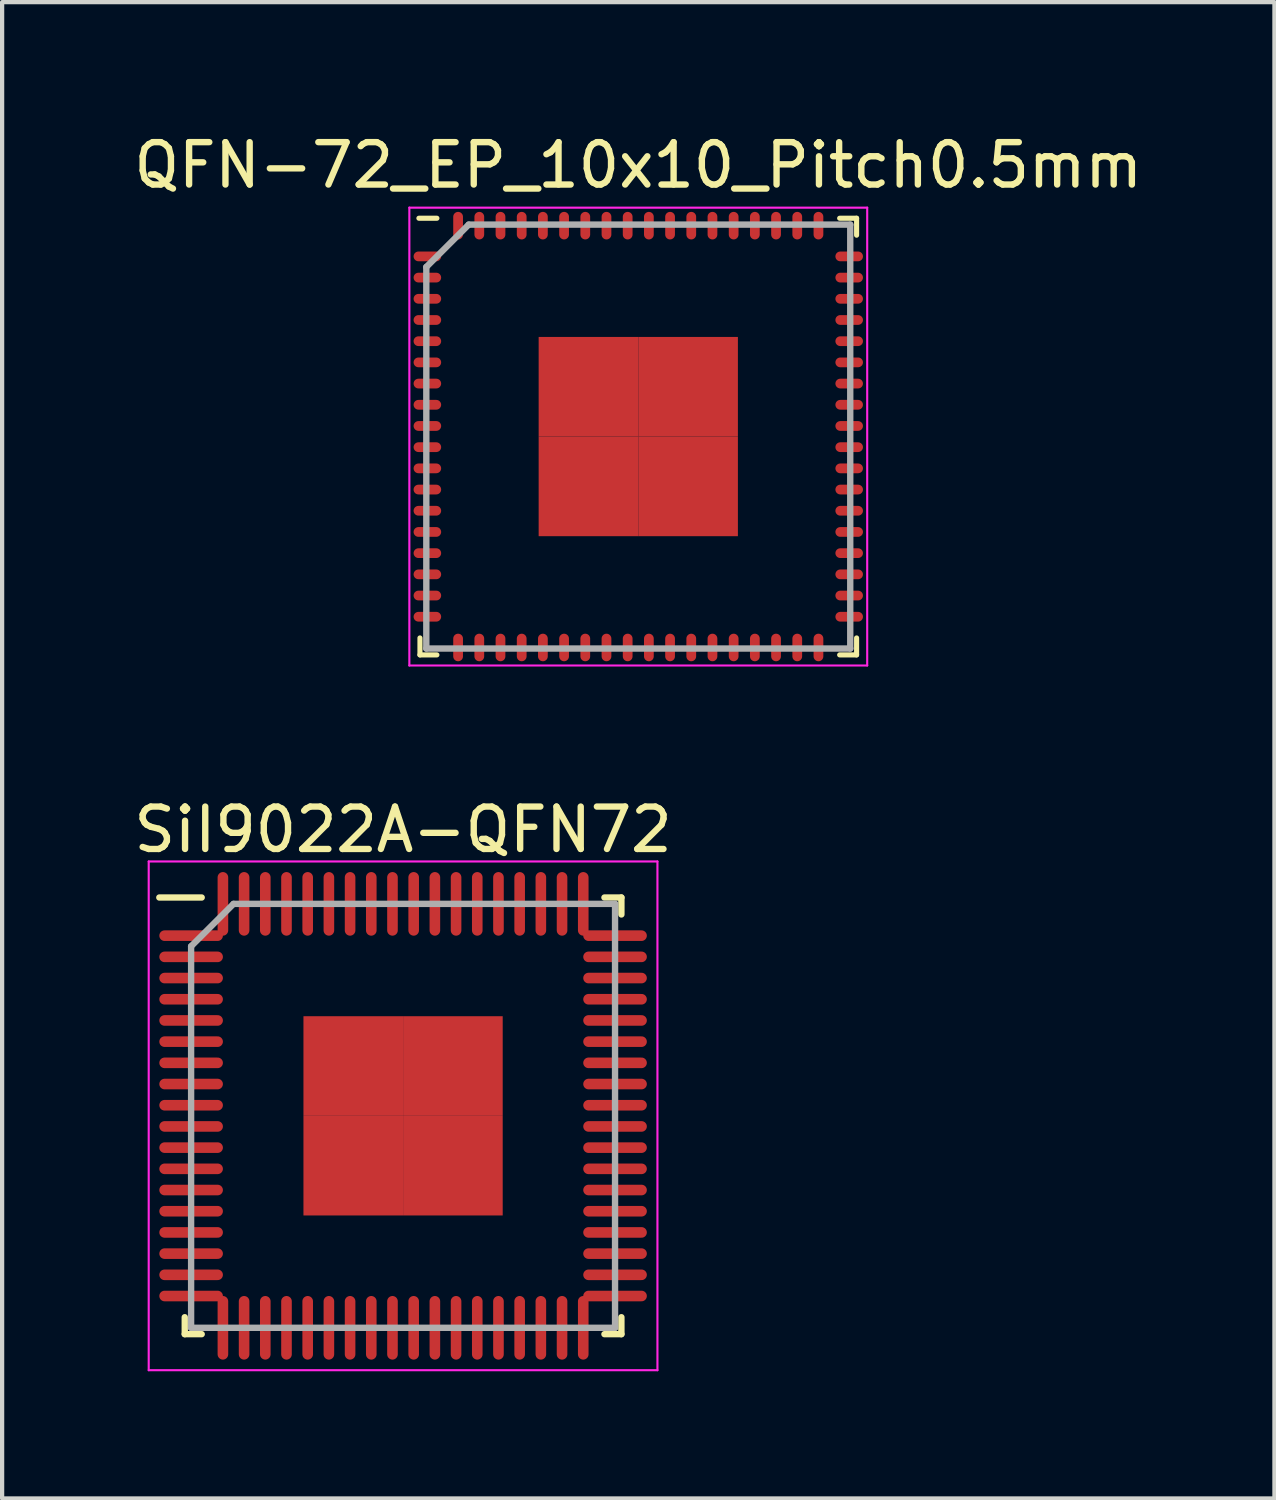
<source format=kicad_pcb>
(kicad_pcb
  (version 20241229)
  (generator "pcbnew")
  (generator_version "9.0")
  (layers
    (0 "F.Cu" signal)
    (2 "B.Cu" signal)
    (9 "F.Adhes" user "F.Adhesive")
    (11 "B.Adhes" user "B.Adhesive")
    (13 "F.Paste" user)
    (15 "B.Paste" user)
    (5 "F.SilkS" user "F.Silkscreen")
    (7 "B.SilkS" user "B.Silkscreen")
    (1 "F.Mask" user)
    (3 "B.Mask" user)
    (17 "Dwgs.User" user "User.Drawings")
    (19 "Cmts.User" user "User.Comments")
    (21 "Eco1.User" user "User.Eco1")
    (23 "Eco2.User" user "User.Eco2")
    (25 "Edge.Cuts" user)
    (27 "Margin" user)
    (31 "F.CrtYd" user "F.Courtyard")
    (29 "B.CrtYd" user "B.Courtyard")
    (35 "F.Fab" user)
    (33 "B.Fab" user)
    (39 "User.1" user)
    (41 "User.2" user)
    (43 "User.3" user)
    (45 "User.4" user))
  (footprint "QFN-72_EP_10x10_Pitch0.5mm"
    (layer "F.Cu")
    (at 12.006 7.248)
    (property "Reference" "QFN-72_EP_10x10_Pitch0.5mm" (at 0 -6.4 0) (layer "F.SilkS") (effects (font (size 1 1) (thickness 0.15))))
    (attr smd)
    (fp_line (start -5.15 5.15) (end -5.15 4.75) (stroke (width 0.12) (type solid)) (layer "F.SilkS"))
    (fp_line (start -4.75 -5.15) (end -5.175 -5.15) (stroke (width 0.12) (type solid)) (layer "F.SilkS"))
    (fp_line (start -4.75 5.15) (end -5.15 5.15) (stroke (width 0.12) (type solid)) (layer "F.SilkS"))
    (fp_line (start 4.75 -5.15) (end 5.15 -5.15) (stroke (width 0.12) (type solid)) (layer "F.SilkS"))
    (fp_line (start 4.75 5.15) (end 5.15 5.15) (stroke (width 0.12) (type solid)) (layer "F.SilkS"))
    (fp_line (start 5.15 -5.15) (end 5.15 -4.75) (stroke (width 0.12) (type solid)) (layer "F.SilkS"))
    (fp_line (start 5.15 5.15) (end 5.15 4.75) (stroke (width 0.12) (type solid)) (layer "F.SilkS"))
    (fp_line (start -5.4 -5.4) (end 5.4 -5.4) (stroke (width 0.05) (type solid)) (layer "F.CrtYd"))
    (fp_line (start -5.4 5.4) (end -5.4 -5.4) (stroke (width 0.05) (type solid)) (layer "F.CrtYd"))
    (fp_line (start 5.4 -5.4) (end 5.4 5.4) (stroke (width 0.05) (type solid)) (layer "F.CrtYd"))
    (fp_line (start 5.4 5.4) (end -5.4 5.4) (stroke (width 0.05) (type solid)) (layer "F.CrtYd"))
    (fp_line (start -5 -4) (end -5 5) (stroke (width 0.15) (type solid)) (layer "F.Fab"))
    (fp_line (start -5 5) (end 5 5) (stroke (width 0.15) (type solid)) (layer "F.Fab"))
    (fp_line (start -4 -5) (end -5 -4) (stroke (width 0.15) (type solid)) (layer "F.Fab"))
    (fp_line (start 5 -5) (end -4 -5) (stroke (width 0.15) (type solid)) (layer "F.Fab"))
    (fp_line (start 5 5) (end 5 -5) (stroke (width 0.15) (type solid)) (layer "F.Fab"))
    (pad "1" smd oval (at -4.975 -4.25 90) (size 0.23 0.65) (layers "F.Cu" "F.Mask" "F.Paste"))
    (pad "2" smd oval (at -4.975 -3.75 90) (size 0.23 0.65) (layers "F.Cu" "F.Mask" "F.Paste"))
    (pad "3" smd oval (at -4.975 -3.25 90) (size 0.23 0.65) (layers "F.Cu" "F.Mask" "F.Paste"))
    (pad "4" smd oval (at -4.975 -2.75 90) (size 0.23 0.65) (layers "F.Cu" "F.Mask" "F.Paste"))
    (pad "5" smd oval (at -4.975 -2.25 90) (size 0.23 0.65) (layers "F.Cu" "F.Mask" "F.Paste"))
    (pad "6" smd oval (at -4.975 -1.75 90) (size 0.23 0.65) (layers "F.Cu" "F.Mask" "F.Paste"))
    (pad "7" smd oval (at -4.975 -1.25 90) (size 0.23 0.65) (layers "F.Cu" "F.Mask" "F.Paste"))
    (pad "8" smd oval (at -4.975 -0.75 90) (size 0.23 0.65) (layers "F.Cu" "F.Mask" "F.Paste"))
    (pad "9" smd oval (at -4.975 -0.25 90) (size 0.23 0.65) (layers "F.Cu" "F.Mask" "F.Paste"))
    (pad "10" smd oval (at -4.975 0.25 90) (size 0.23 0.65) (layers "F.Cu" "F.Mask" "F.Paste"))
    (pad "11" smd oval (at -4.975 0.75 90) (size 0.23 0.65) (layers "F.Cu" "F.Mask" "F.Paste"))
    (pad "12" smd oval (at -4.975 1.25 90) (size 0.23 0.65) (layers "F.Cu" "F.Mask" "F.Paste"))
    (pad "13" smd oval (at -4.975 1.75 90) (size 0.23 0.65) (layers "F.Cu" "F.Mask" "F.Paste"))
    (pad "14" smd oval (at -4.975 2.25 90) (size 0.23 0.65) (layers "F.Cu" "F.Mask" "F.Paste"))
    (pad "15" smd oval (at -4.975 2.75 90) (size 0.23 0.65) (layers "F.Cu" "F.Mask" "F.Paste"))
    (pad "16" smd oval (at -4.975 3.25 90) (size 0.23 0.65) (layers "F.Cu" "F.Mask" "F.Paste"))
    (pad "17" smd oval (at -4.975 3.75 90) (size 0.23 0.65) (layers "F.Cu" "F.Mask" "F.Paste"))
    (pad "18" smd oval (at -4.975 4.25 90) (size 0.23 0.65) (layers "F.Cu" "F.Mask" "F.Paste"))
    (pad "19" smd oval (at -4.25 4.975) (size 0.23 0.65) (layers "F.Cu" "F.Mask" "F.Paste"))
    (pad "20" smd oval (at -3.75 4.975) (size 0.23 0.65) (layers "F.Cu" "F.Mask" "F.Paste"))
    (pad "21" smd oval (at -3.25 4.975) (size 0.23 0.65) (layers "F.Cu" "F.Mask" "F.Paste"))
    (pad "22" smd oval (at -2.75 4.975) (size 0.23 0.65) (layers "F.Cu" "F.Mask" "F.Paste"))
    (pad "23" smd oval (at -2.25 4.975) (size 0.23 0.65) (layers "F.Cu" "F.Mask" "F.Paste"))
    (pad "24" smd oval (at -1.75 4.975) (size 0.23 0.65) (layers "F.Cu" "F.Mask" "F.Paste"))
    (pad "25" smd oval (at -1.25 4.975) (size 0.23 0.65) (layers "F.Cu" "F.Mask" "F.Paste"))
    (pad "26" smd oval (at -0.75 4.975) (size 0.23 0.65) (layers "F.Cu" "F.Mask" "F.Paste"))
    (pad "27" smd oval (at -0.25 4.975) (size 0.23 0.65) (layers "F.Cu" "F.Mask" "F.Paste"))
    (pad "28" smd oval (at 0.25 4.975) (size 0.23 0.65) (layers "F.Cu" "F.Mask" "F.Paste"))
    (pad "29" smd oval (at 0.75 4.975) (size 0.23 0.65) (layers "F.Cu" "F.Mask" "F.Paste"))
    (pad "30" smd oval (at 1.25 4.975) (size 0.23 0.65) (layers "F.Cu" "F.Mask" "F.Paste"))
    (pad "31" smd oval (at 1.75 4.975) (size 0.23 0.65) (layers "F.Cu" "F.Mask" "F.Paste"))
    (pad "32" smd oval (at 2.25 4.975) (size 0.23 0.65) (layers "F.Cu" "F.Mask" "F.Paste"))
    (pad "33" smd oval (at 2.75 4.975) (size 0.23 0.65) (layers "F.Cu" "F.Mask" "F.Paste"))
    (pad "34" smd oval (at 3.25 4.975) (size 0.23 0.65) (layers "F.Cu" "F.Mask" "F.Paste"))
    (pad "35" smd oval (at 3.75 4.975) (size 0.23 0.65) (layers "F.Cu" "F.Mask" "F.Paste"))
    (pad "36" smd oval (at 4.25 4.975) (size 0.23 0.65) (layers "F.Cu" "F.Mask" "F.Paste"))
    (pad "37" smd oval (at 4.975 4.25 90) (size 0.23 0.65) (layers "F.Cu" "F.Mask" "F.Paste"))
    (pad "38" smd oval (at 4.975 3.75 90) (size 0.23 0.65) (layers "F.Cu" "F.Mask" "F.Paste"))
    (pad "39" smd oval (at 4.975 3.25 90) (size 0.23 0.65) (layers "F.Cu" "F.Mask" "F.Paste"))
    (pad "40" smd oval (at 4.975 2.75 90) (size 0.23 0.65) (layers "F.Cu" "F.Mask" "F.Paste"))
    (pad "41" smd oval (at 4.975 2.25 90) (size 0.23 0.65) (layers "F.Cu" "F.Mask" "F.Paste"))
    (pad "42" smd oval (at 4.975 1.75 90) (size 0.23 0.65) (layers "F.Cu" "F.Mask" "F.Paste"))
    (pad "43" smd oval (at 4.975 1.25 90) (size 0.23 0.65) (layers "F.Cu" "F.Mask" "F.Paste"))
    (pad "44" smd oval (at 4.975 0.75 90) (size 0.23 0.65) (layers "F.Cu" "F.Mask" "F.Paste"))
    (pad "45" smd oval (at 4.975 0.25 90) (size 0.23 0.65) (layers "F.Cu" "F.Mask" "F.Paste"))
    (pad "46" smd oval (at 4.975 -0.25 90) (size 0.23 0.65) (layers "F.Cu" "F.Mask" "F.Paste"))
    (pad "47" smd oval (at 4.975 -0.75 90) (size 0.23 0.65) (layers "F.Cu" "F.Mask" "F.Paste"))
    (pad "48" smd oval (at 4.975 -1.25 90) (size 0.23 0.65) (layers "F.Cu" "F.Mask" "F.Paste"))
    (pad "49" smd oval (at 4.975 -1.75 90) (size 0.23 0.65) (layers "F.Cu" "F.Mask" "F.Paste"))
    (pad "50" smd oval (at 4.975 -2.25 90) (size 0.23 0.65) (layers "F.Cu" "F.Mask" "F.Paste"))
    (pad "51" smd oval (at 4.975 -2.75 90) (size 0.23 0.65) (layers "F.Cu" "F.Mask" "F.Paste"))
    (pad "52" smd oval (at 4.975 -3.25 90) (size 0.23 0.65) (layers "F.Cu" "F.Mask" "F.Paste"))
    (pad "53" smd oval (at 4.975 -3.75 90) (size 0.23 0.65) (layers "F.Cu" "F.Mask" "F.Paste"))
    (pad "54" smd oval (at 4.975 -4.25 90) (size 0.23 0.65) (layers "F.Cu" "F.Mask" "F.Paste"))
    (pad "55" smd oval (at 4.25 -4.975) (size 0.23 0.65) (layers "F.Cu" "F.Mask" "F.Paste"))
    (pad "56" smd oval (at 3.75 -4.975) (size 0.23 0.65) (layers "F.Cu" "F.Mask" "F.Paste"))
    (pad "57" smd oval (at 3.25 -4.975) (size 0.23 0.65) (layers "F.Cu" "F.Mask" "F.Paste"))
    (pad "58" smd oval (at 2.75 -4.975) (size 0.23 0.65) (layers "F.Cu" "F.Mask" "F.Paste"))
    (pad "59" smd oval (at 2.25 -4.975) (size 0.23 0.65) (layers "F.Cu" "F.Mask" "F.Paste"))
    (pad "60" smd oval (at 1.75 -4.975) (size 0.23 0.65) (layers "F.Cu" "F.Mask" "F.Paste"))
    (pad "61" smd oval (at 1.25 -4.975) (size 0.23 0.65) (layers "F.Cu" "F.Mask" "F.Paste"))
    (pad "62" smd oval (at 0.75 -4.975) (size 0.23 0.65) (layers "F.Cu" "F.Mask" "F.Paste"))
    (pad "63" smd oval (at 0.25 -4.975) (size 0.23 0.65) (layers "F.Cu" "F.Mask" "F.Paste"))
    (pad "64" smd oval (at -0.25 -4.975) (size 0.23 0.65) (layers "F.Cu" "F.Mask" "F.Paste"))
    (pad "65" smd oval (at -0.75 -4.975) (size 0.23 0.65) (layers "F.Cu" "F.Mask" "F.Paste"))
    (pad "66" smd oval (at -1.25 -4.975) (size 0.23 0.65) (layers "F.Cu" "F.Mask" "F.Paste"))
    (pad "67" smd oval (at -1.75 -4.975) (size 0.23 0.65) (layers "F.Cu" "F.Mask" "F.Paste"))
    (pad "68" smd oval (at -2.25 -4.975) (size 0.23 0.65) (layers "F.Cu" "F.Mask" "F.Paste"))
    (pad "69" smd oval (at -2.75 -4.975) (size 0.23 0.65) (layers "F.Cu" "F.Mask" "F.Paste"))
    (pad "70" smd oval (at -3.25 -4.975) (size 0.23 0.65) (layers "F.Cu" "F.Mask" "F.Paste"))
    (pad "71" smd oval (at -3.75 -4.975) (size 0.23 0.65) (layers "F.Cu" "F.Mask" "F.Paste"))
    (pad "72" smd oval (at -4.25 -4.975) (size 0.23 0.65) (layers "F.Cu" "F.Mask" "F.Paste"))
    (pad "73" smd rect (at -1.175 -1.175) (size 2.35 2.35) (layers "F.Cu" "F.Mask" "F.Paste"))
    (pad "73" smd rect (at -1.175 1.175) (size 2.35 2.35) (layers "F.Cu" "F.Mask" "F.Paste"))
    (pad "73" smd rect (at 1.175 -1.175) (size 2.35 2.35) (layers "F.Cu" "F.Mask" "F.Paste"))
    (pad "73" smd rect (at 1.175 1.175) (size 2.35 2.35) (layers "F.Cu" "F.Mask" "F.Paste")))
  (footprint "SiI9022A-QFN72"
    (layer "F.Cu")
    (at 6.458 23.271)
    (property "Reference" "SiI9022A-QFN72" (at 0 -6.75 0) (layer "F.SilkS") (effects (font (size 1 1) (thickness 0.15))))
    (attr smd)
    (fp_line (start -5.15 5.15) (end -5.15 4.75) (stroke (width 0.15) (type solid)) (layer "F.SilkS"))
    (fp_line (start -4.75 -5.15) (end -5.75 -5.15) (stroke (width 0.15) (type solid)) (layer "F.SilkS"))
    (fp_line (start -4.75 5.15) (end -5.15 5.15) (stroke (width 0.15) (type solid)) (layer "F.SilkS"))
    (fp_line (start 4.75 -5.15) (end 5.15 -5.15) (stroke (width 0.15) (type solid)) (layer "F.SilkS"))
    (fp_line (start 4.75 5.15) (end 5.15 5.15) (stroke (width 0.15) (type solid)) (layer "F.SilkS"))
    (fp_line (start 5.15 -5.15) (end 5.15 -4.75) (stroke (width 0.15) (type solid)) (layer "F.SilkS"))
    (fp_line (start 5.15 5.15) (end 5.15 4.75) (stroke (width 0.15) (type solid)) (layer "F.SilkS"))
    (fp_line (start -6 -6) (end 6 -6) (stroke (width 0.05) (type solid)) (layer "F.CrtYd"))
    (fp_line (start -6 6) (end -6 -6) (stroke (width 0.05) (type solid)) (layer "F.CrtYd"))
    (fp_line (start 6 -6) (end 6 6) (stroke (width 0.05) (type solid)) (layer "F.CrtYd"))
    (fp_line (start 6 6) (end -6 6) (stroke (width 0.05) (type solid)) (layer "F.CrtYd"))
    (fp_line (start -5 -4) (end -5 5) (stroke (width 0.15) (type solid)) (layer "F.Fab"))
    (fp_line (start -5 5) (end 5 5) (stroke (width 0.15) (type solid)) (layer "F.Fab"))
    (fp_line (start -4 -5) (end -5 -4) (stroke (width 0.15) (type solid)) (layer "F.Fab"))
    (fp_line (start 5 -5) (end -4 -5) (stroke (width 0.15) (type solid)) (layer "F.Fab"))
    (fp_line (start 5 5) (end 5 -5) (stroke (width 0.15) (type solid)) (layer "F.Fab"))
    (pad "1" smd oval (at -5 -4.25 90) (size 0.25 1.5) (layers "F.Cu" "F.Mask" "F.Paste"))
    (pad "2" smd oval (at -5 -3.75 90) (size 0.25 1.5) (layers "F.Cu" "F.Mask" "F.Paste"))
    (pad "3" smd oval (at -5 -3.25 90) (size 0.25 1.5) (layers "F.Cu" "F.Mask" "F.Paste"))
    (pad "4" smd oval (at -5 -2.75 90) (size 0.25 1.5) (layers "F.Cu" "F.Mask" "F.Paste"))
    (pad "5" smd oval (at -5 -2.25 90) (size 0.25 1.5) (layers "F.Cu" "F.Mask" "F.Paste"))
    (pad "6" smd oval (at -5 -1.75 90) (size 0.25 1.5) (layers "F.Cu" "F.Mask" "F.Paste"))
    (pad "7" smd oval (at -5 -1.25 90) (size 0.25 1.5) (layers "F.Cu" "F.Mask" "F.Paste"))
    (pad "8" smd oval (at -5 -0.75 90) (size 0.25 1.5) (layers "F.Cu" "F.Mask" "F.Paste"))
    (pad "9" smd oval (at -5 -0.25 90) (size 0.25 1.5) (layers "F.Cu" "F.Mask" "F.Paste"))
    (pad "10" smd oval (at -5 0.25 90) (size 0.25 1.5) (layers "F.Cu" "F.Mask" "F.Paste"))
    (pad "11" smd oval (at -5 0.75 90) (size 0.25 1.5) (layers "F.Cu" "F.Mask" "F.Paste"))
    (pad "12" smd oval (at -5 1.25 90) (size 0.25 1.5) (layers "F.Cu" "F.Mask" "F.Paste"))
    (pad "13" smd oval (at -5 1.75 90) (size 0.25 1.5) (layers "F.Cu" "F.Mask" "F.Paste"))
    (pad "14" smd oval (at -5 2.25 90) (size 0.25 1.5) (layers "F.Cu" "F.Mask" "F.Paste"))
    (pad "15" smd oval (at -5 2.75 90) (size 0.25 1.5) (layers "F.Cu" "F.Mask" "F.Paste"))
    (pad "16" smd oval (at -5 3.25 90) (size 0.25 1.5) (layers "F.Cu" "F.Mask" "F.Paste"))
    (pad "17" smd oval (at -5 3.75 90) (size 0.25 1.5) (layers "F.Cu" "F.Mask" "F.Paste"))
    (pad "18" smd oval (at -5 4.25 90) (size 0.25 1.5) (layers "F.Cu" "F.Mask" "F.Paste"))
    (pad "19" smd oval (at -4.25 5) (size 0.25 1.5) (layers "F.Cu" "F.Mask" "F.Paste"))
    (pad "20" smd oval (at -3.75 5) (size 0.25 1.5) (layers "F.Cu" "F.Mask" "F.Paste"))
    (pad "21" smd oval (at -3.25 5) (size 0.25 1.5) (layers "F.Cu" "F.Mask" "F.Paste"))
    (pad "22" smd oval (at -2.75 5) (size 0.25 1.5) (layers "F.Cu" "F.Mask" "F.Paste"))
    (pad "23" smd oval (at -2.25 5) (size 0.25 1.5) (layers "F.Cu" "F.Mask" "F.Paste"))
    (pad "24" smd oval (at -1.75 5) (size 0.25 1.5) (layers "F.Cu" "F.Mask" "F.Paste"))
    (pad "25" smd oval (at -1.25 5) (size 0.25 1.5) (layers "F.Cu" "F.Mask" "F.Paste"))
    (pad "26" smd oval (at -0.75 5) (size 0.25 1.5) (layers "F.Cu" "F.Mask" "F.Paste"))
    (pad "27" smd oval (at -0.25 5) (size 0.25 1.5) (layers "F.Cu" "F.Mask" "F.Paste"))
    (pad "28" smd oval (at 0.25 5) (size 0.25 1.5) (layers "F.Cu" "F.Mask" "F.Paste"))
    (pad "29" smd oval (at 0.75 5) (size 0.25 1.5) (layers "F.Cu" "F.Mask" "F.Paste"))
    (pad "30" smd oval (at 1.25 5) (size 0.25 1.5) (layers "F.Cu" "F.Mask" "F.Paste"))
    (pad "31" smd oval (at 1.75 5) (size 0.25 1.5) (layers "F.Cu" "F.Mask" "F.Paste"))
    (pad "32" smd oval (at 2.25 5) (size 0.25 1.5) (layers "F.Cu" "F.Mask" "F.Paste"))
    (pad "33" smd oval (at 2.75 5) (size 0.25 1.5) (layers "F.Cu" "F.Mask" "F.Paste"))
    (pad "34" smd oval (at 3.25 5) (size 0.25 1.5) (layers "F.Cu" "F.Mask" "F.Paste"))
    (pad "35" smd oval (at 3.75 5) (size 0.25 1.5) (layers "F.Cu" "F.Mask" "F.Paste"))
    (pad "36" smd oval (at 4.25 5) (size 0.25 1.5) (layers "F.Cu" "F.Mask" "F.Paste"))
    (pad "37" smd oval (at 5 4.25 90) (size 0.25 1.5) (layers "F.Cu" "F.Mask" "F.Paste"))
    (pad "38" smd oval (at 5 3.75 90) (size 0.25 1.5) (layers "F.Cu" "F.Mask" "F.Paste"))
    (pad "39" smd oval (at 5 3.25 90) (size 0.25 1.5) (layers "F.Cu" "F.Mask" "F.Paste"))
    (pad "40" smd oval (at 5 2.75 90) (size 0.25 1.5) (layers "F.Cu" "F.Mask" "F.Paste"))
    (pad "41" smd oval (at 5 2.25 90) (size 0.25 1.5) (layers "F.Cu" "F.Mask" "F.Paste"))
    (pad "42" smd oval (at 5 1.75 90) (size 0.25 1.5) (layers "F.Cu" "F.Mask" "F.Paste"))
    (pad "43" smd oval (at 5 1.25 90) (size 0.25 1.5) (layers "F.Cu" "F.Mask" "F.Paste"))
    (pad "44" smd oval (at 5 0.75 90) (size 0.25 1.5) (layers "F.Cu" "F.Mask" "F.Paste"))
    (pad "45" smd oval (at 5 0.25 90) (size 0.25 1.5) (layers "F.Cu" "F.Mask" "F.Paste"))
    (pad "46" smd oval (at 5 -0.25 90) (size 0.25 1.5) (layers "F.Cu" "F.Mask" "F.Paste"))
    (pad "47" smd oval (at 5 -0.75 90) (size 0.25 1.5) (layers "F.Cu" "F.Mask" "F.Paste"))
    (pad "48" smd oval (at 5 -1.25 90) (size 0.25 1.5) (layers "F.Cu" "F.Mask" "F.Paste"))
    (pad "49" smd oval (at 5 -1.75 90) (size 0.25 1.5) (layers "F.Cu" "F.Mask" "F.Paste"))
    (pad "50" smd oval (at 5 -2.25 90) (size 0.25 1.5) (layers "F.Cu" "F.Mask" "F.Paste"))
    (pad "51" smd oval (at 5 -2.75 90) (size 0.25 1.5) (layers "F.Cu" "F.Mask" "F.Paste"))
    (pad "52" smd oval (at 5 -3.25 90) (size 0.25 1.5) (layers "F.Cu" "F.Mask" "F.Paste"))
    (pad "53" smd oval (at 5 -3.75 90) (size 0.25 1.5) (layers "F.Cu" "F.Mask" "F.Paste"))
    (pad "54" smd oval (at 5 -4.25 90) (size 0.25 1.5) (layers "F.Cu" "F.Mask" "F.Paste"))
    (pad "55" smd oval (at 4.25 -5) (size 0.25 1.5) (layers "F.Cu" "F.Mask" "F.Paste"))
    (pad "56" smd oval (at 3.75 -5) (size 0.25 1.5) (layers "F.Cu" "F.Mask" "F.Paste"))
    (pad "57" smd oval (at 3.25 -5) (size 0.25 1.5) (layers "F.Cu" "F.Mask" "F.Paste"))
    (pad "58" smd oval (at 2.75 -5) (size 0.25 1.5) (layers "F.Cu" "F.Mask" "F.Paste"))
    (pad "59" smd oval (at 2.25 -5) (size 0.25 1.5) (layers "F.Cu" "F.Mask" "F.Paste"))
    (pad "60" smd oval (at 1.75 -5) (size 0.25 1.5) (layers "F.Cu" "F.Mask" "F.Paste"))
    (pad "61" smd oval (at 1.25 -5) (size 0.25 1.5) (layers "F.Cu" "F.Mask" "F.Paste"))
    (pad "62" smd oval (at 0.75 -5) (size 0.25 1.5) (layers "F.Cu" "F.Mask" "F.Paste"))
    (pad "63" smd oval (at 0.25 -5) (size 0.25 1.5) (layers "F.Cu" "F.Mask" "F.Paste"))
    (pad "64" smd oval (at -0.25 -5) (size 0.25 1.5) (layers "F.Cu" "F.Mask" "F.Paste"))
    (pad "65" smd oval (at -0.75 -5) (size 0.25 1.5) (layers "F.Cu" "F.Mask" "F.Paste"))
    (pad "66" smd oval (at -1.25 -5) (size 0.25 1.5) (layers "F.Cu" "F.Mask" "F.Paste"))
    (pad "67" smd oval (at -1.75 -5) (size 0.25 1.5) (layers "F.Cu" "F.Mask" "F.Paste"))
    (pad "68" smd oval (at -2.25 -5) (size 0.25 1.5) (layers "F.Cu" "F.Mask" "F.Paste"))
    (pad "69" smd oval (at -2.75 -5) (size 0.25 1.5) (layers "F.Cu" "F.Mask" "F.Paste"))
    (pad "70" smd oval (at -3.25 -5) (size 0.25 1.5) (layers "F.Cu" "F.Mask" "F.Paste"))
    (pad "71" smd oval (at -3.75 -5) (size 0.25 1.5) (layers "F.Cu" "F.Mask" "F.Paste"))
    (pad "72" smd oval (at -4.25 -5) (size 0.25 1.5) (layers "F.Cu" "F.Mask" "F.Paste"))
    (pad "73" smd rect (at -1.175 -1.175) (size 2.35 2.35) (layers "F.Cu" "F.Mask" "F.Paste"))
    (pad "73" smd rect (at -1.175 1.175) (size 2.35 2.35) (layers "F.Cu" "F.Mask" "F.Paste"))
    (pad "73" smd rect (at 1.175 -1.175) (size 2.35 2.35) (layers "F.Cu" "F.Mask" "F.Paste"))
    (pad "73" smd rect (at 1.175 1.175) (size 2.35 2.35) (layers "F.Cu" "F.Mask" "F.Paste")))
  (gr_rect
    (start -3 -3)
    (end 27.012 32.297)
    (stroke (width 0.1) (type default))
    (fill no)
    (layer "Edge.Cuts")))
</source>
